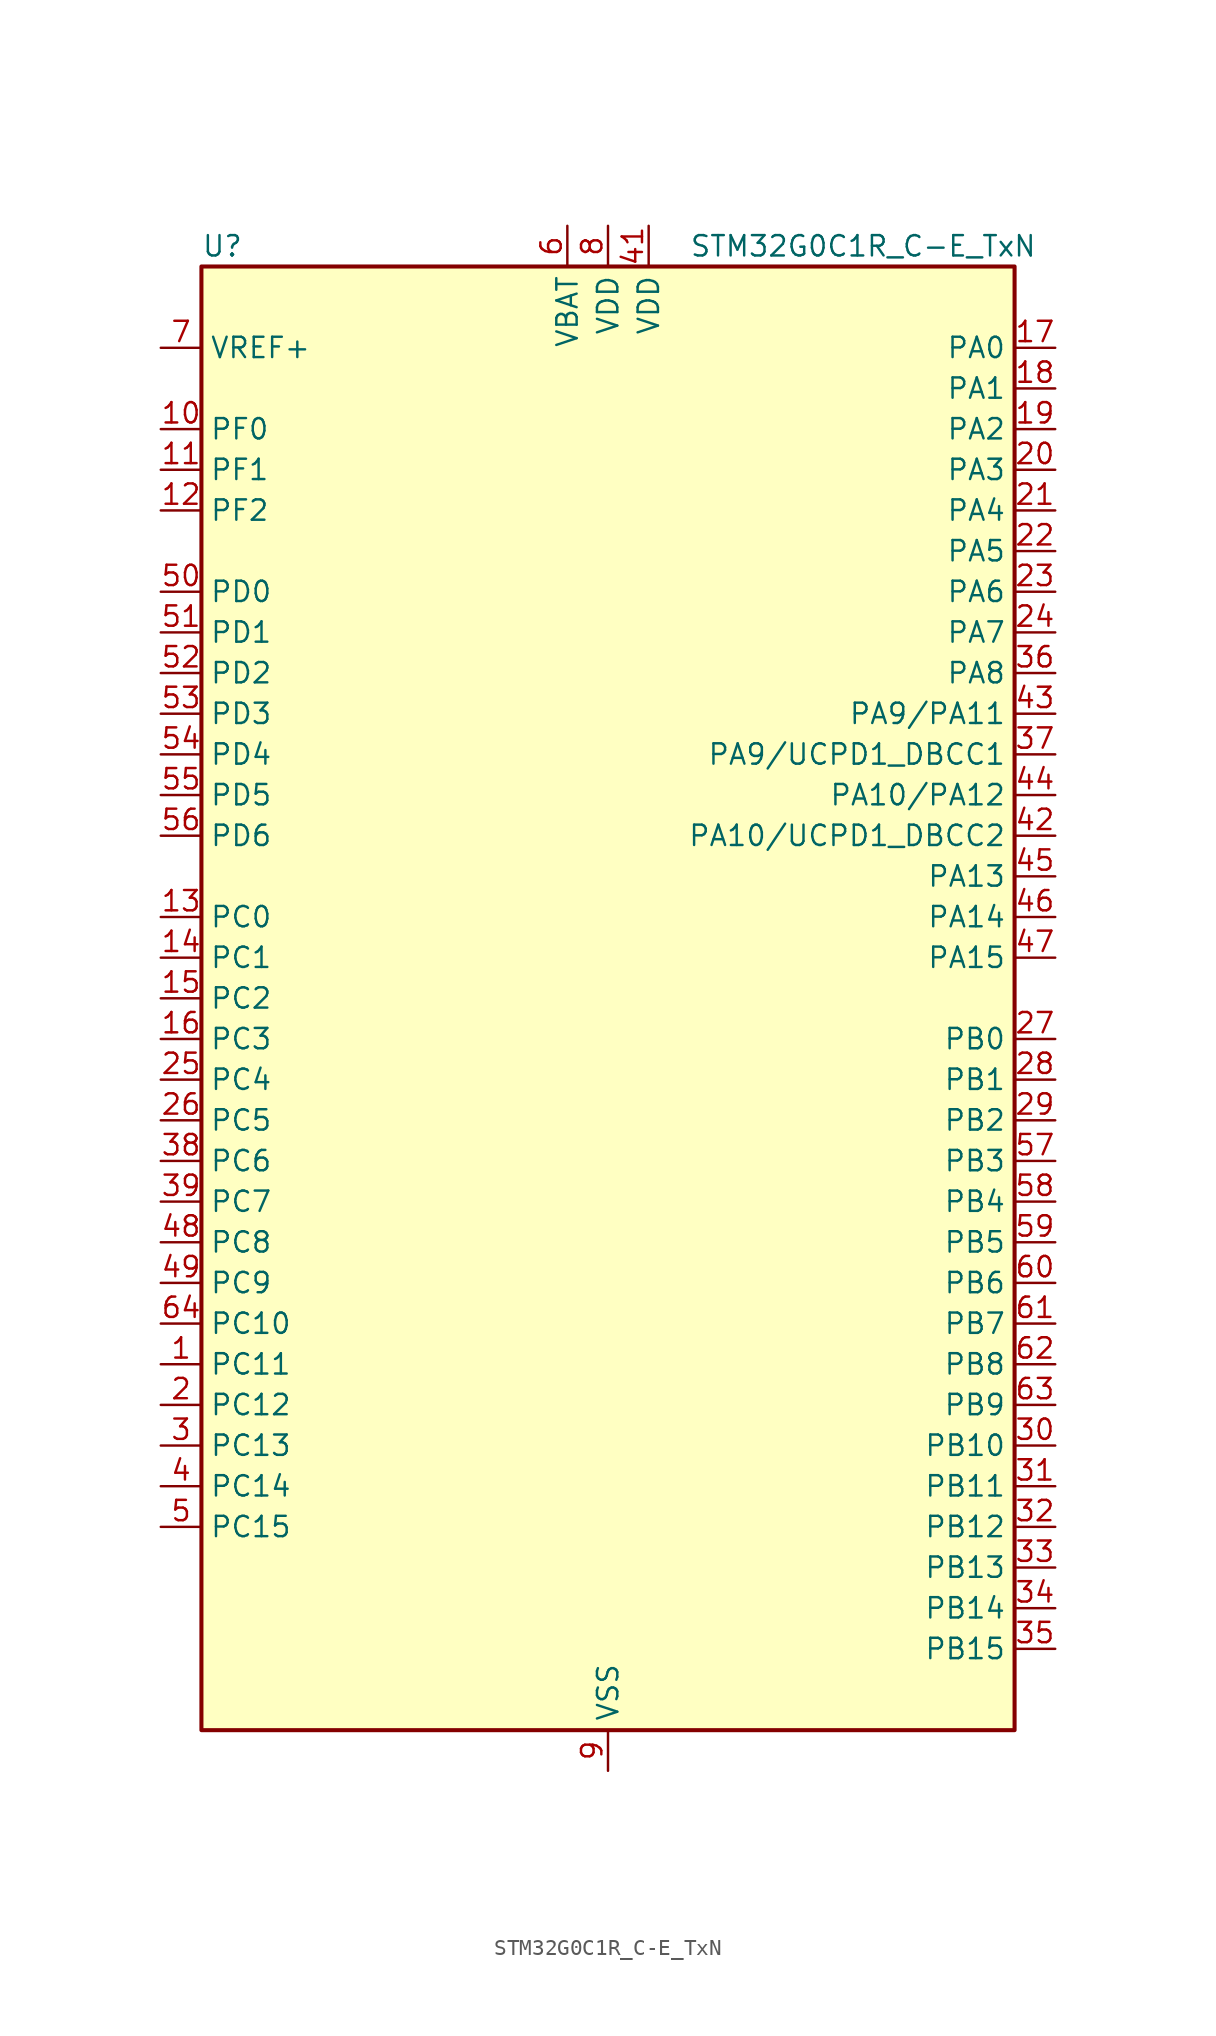
<source format=kicad_sym>
(kicad_symbol_lib
  (version 20231120)
  (generator "kicad-library-utils")
  (generator_version "8.0")
  (symbol "STM32G0C1R_C-E_TxN"
    (property "Reference" "U"
      (at -25.4 46.99 0)
      (effects (font (size 1.27 1.27)) (justify left)))
    (property "Value" "STM32G0C1R_C-E_TxN"
      (at 5.08 46.99 0)
      (effects (font (size 1.27 1.27)) (justify left)))
    (symbol "STM32G0C1R_C-E_TxN_0_1"
      (rectangle (start -25.4 -45.72) (end 25.4 45.72) (stroke (width 0.254) (type default)) (fill (type background))))
    (symbol "STM32G0C1R_C-E_TxN_1_1"
      (pin bidirectional line (at -27.94 -22.86 0) (length 2.54) (name "PC11" (effects (font (size 1.27 1.27)))) (number "1" (effects (font (size 1.27 1.27)))) (alternate "ADC1_EXTI11" bidirectional line) (alternate "SPI3_MISO" bidirectional line) (alternate "TIM1_CH4" bidirectional line) (alternate "USART3_RX" bidirectional line) (alternate "USART4_RX" bidirectional line))
      (pin bidirectional line (at -27.94 35.56 0) (length 2.54) (name "PF0" (effects (font (size 1.27 1.27)))) (number "10" (effects (font (size 1.27 1.27)))) (alternate "CRS1_SYNC" bidirectional line) (alternate "RCC_OSC_IN" bidirectional line) (alternate "TIM14_CH1" bidirectional line))
      (pin bidirectional line (at -27.94 33.02 0) (length 2.54) (name "PF1" (effects (font (size 1.27 1.27)))) (number "11" (effects (font (size 1.27 1.27)))) (alternate "RCC_OSC_EN" bidirectional line) (alternate "RCC_OSC_OUT" bidirectional line) (alternate "TIM15_CH1N" bidirectional line))
      (pin bidirectional line (at -27.94 30.48 0) (length 2.54) (name "PF2" (effects (font (size 1.27 1.27)))) (number "12" (effects (font (size 1.27 1.27)))) (alternate "LPUART2_DE" bidirectional line) (alternate "LPUART2_RTS" bidirectional line) (alternate "LPUART2_TX" bidirectional line) (alternate "RCC_MCO" bidirectional line))
      (pin bidirectional line (at -27.94 5.08 0) (length 2.54) (name "PC0" (effects (font (size 1.27 1.27)))) (number "13" (effects (font (size 1.27 1.27)))) (alternate "COMP3_INM" bidirectional line) (alternate "COMP3_OUT" bidirectional line) (alternate "I2C3_SCL" bidirectional line) (alternate "LPTIM1_IN1" bidirectional line) (alternate "LPTIM2_IN1" bidirectional line) (alternate "LPUART1_RX" bidirectional line) (alternate "LPUART2_TX" bidirectional line) (alternate "USART6_TX" bidirectional line))
      (pin bidirectional line (at -27.94 2.54 0) (length 2.54) (name "PC1" (effects (font (size 1.27 1.27)))) (number "14" (effects (font (size 1.27 1.27)))) (alternate "COMP3_INP" bidirectional line) (alternate "I2C3_SDA" bidirectional line) (alternate "LPTIM1_OUT" bidirectional line) (alternate "LPUART1_TX" bidirectional line) (alternate "LPUART2_RX" bidirectional line) (alternate "TIM15_CH1" bidirectional line) (alternate "USART6_RX" bidirectional line))
      (pin bidirectional line (at -27.94 0 0) (length 2.54) (name "PC2" (effects (font (size 1.27 1.27)))) (number "15" (effects (font (size 1.27 1.27)))) (alternate "COMP3_OUT" bidirectional line) (alternate "FDCAN2_RX" bidirectional line) (alternate "I2S2_MCK" bidirectional line) (alternate "LPTIM1_IN2" bidirectional line) (alternate "SPI2_MISO" bidirectional line) (alternate "TIM15_CH2" bidirectional line))
      (pin bidirectional line (at -27.94 -2.54 0) (length 2.54) (name "PC3" (effects (font (size 1.27 1.27)))) (number "16" (effects (font (size 1.27 1.27)))) (alternate "FDCAN2_TX" bidirectional line) (alternate "I2S2_SD" bidirectional line) (alternate "LPTIM1_ETR" bidirectional line) (alternate "LPTIM2_ETR" bidirectional line) (alternate "SPI2_MOSI" bidirectional line))
      (pin bidirectional line (at 27.94 40.64 180) (length 2.54) (name "PA0" (effects (font (size 1.27 1.27)))) (number "17" (effects (font (size 1.27 1.27)))) (alternate "ADC1_IN0" bidirectional line) (alternate "COMP1_INM" bidirectional line) (alternate "COMP1_OUT" bidirectional line) (alternate "I2S2_CK" bidirectional line) (alternate "LPTIM1_OUT" bidirectional line) (alternate "RTC_TAMP_IN2" bidirectional line) (alternate "SPI2_SCK" bidirectional line) (alternate "SYS_WKUP1" bidirectional line) (alternate "TIM2_CH1" bidirectional line) (alternate "TIM2_ETR" bidirectional line) (alternate "UCPD2_FRSTX1" bidirectional line) (alternate "UCPD2_FRSTX2" bidirectional line) (alternate "USART2_CTS" bidirectional line) (alternate "USART2_NSS" bidirectional line) (alternate "USART4_TX" bidirectional line))
      (pin bidirectional line (at 27.94 38.1 180) (length 2.54) (name "PA1" (effects (font (size 1.27 1.27)))) (number "18" (effects (font (size 1.27 1.27)))) (alternate "ADC1_IN1" bidirectional line) (alternate "COMP1_INP" bidirectional line) (alternate "I2C1_SMBA" bidirectional line) (alternate "I2S1_CK" bidirectional line) (alternate "SPI1_SCK" bidirectional line) (alternate "TIM15_CH1N" bidirectional line) (alternate "TIM2_CH2" bidirectional line) (alternate "USART2_CK" bidirectional line) (alternate "USART2_DE" bidirectional line) (alternate "USART2_RTS" bidirectional line) (alternate "USART4_RX" bidirectional line))
      (pin bidirectional line (at 27.94 35.56 180) (length 2.54) (name "PA2" (effects (font (size 1.27 1.27)))) (number "19" (effects (font (size 1.27 1.27)))) (alternate "ADC1_IN2" bidirectional line) (alternate "COMP2_INM" bidirectional line) (alternate "COMP2_OUT" bidirectional line) (alternate "I2S1_SD" bidirectional line) (alternate "LPUART1_TX" bidirectional line) (alternate "RCC_LSCO" bidirectional line) (alternate "SPI1_MOSI" bidirectional line) (alternate "SYS_WKUP4" bidirectional line) (alternate "TIM15_CH1" bidirectional line) (alternate "TIM2_CH3" bidirectional line) (alternate "UCPD1_FRSTX1" bidirectional line) (alternate "UCPD1_FRSTX2" bidirectional line) (alternate "USART2_TX" bidirectional line))
      (pin bidirectional line (at -27.94 -25.4 0) (length 2.54) (name "PC12" (effects (font (size 1.27 1.27)))) (number "2" (effects (font (size 1.27 1.27)))) (alternate "LPTIM1_IN1" bidirectional line) (alternate "SPI3_MOSI" bidirectional line) (alternate "TIM14_CH1" bidirectional line) (alternate "UCPD1_FRSTX1" bidirectional line) (alternate "UCPD1_FRSTX2" bidirectional line) (alternate "USART5_TX" bidirectional line))
      (pin bidirectional line (at 27.94 33.02 180) (length 2.54) (name "PA3" (effects (font (size 1.27 1.27)))) (number "20" (effects (font (size 1.27 1.27)))) (alternate "ADC1_IN3" bidirectional line) (alternate "COMP2_INP" bidirectional line) (alternate "I2S2_MCK" bidirectional line) (alternate "LPUART1_RX" bidirectional line) (alternate "SPI2_MISO" bidirectional line) (alternate "TIM15_CH2" bidirectional line) (alternate "TIM2_CH4" bidirectional line) (alternate "UCPD2_FRSTX1" bidirectional line) (alternate "UCPD2_FRSTX2" bidirectional line) (alternate "USART2_RX" bidirectional line))
      (pin bidirectional line (at 27.94 30.48 180) (length 2.54) (name "PA4" (effects (font (size 1.27 1.27)))) (number "21" (effects (font (size 1.27 1.27)))) (alternate "ADC1_IN4" bidirectional line) (alternate "DAC1_OUT1" bidirectional line) (alternate "I2S1_WS" bidirectional line) (alternate "I2S2_SD" bidirectional line) (alternate "LPTIM2_OUT" bidirectional line) (alternate "RTC_OUT2" bidirectional line) (alternate "SPI1_NSS" bidirectional line) (alternate "SPI2_MOSI" bidirectional line) (alternate "SPI3_NSS" bidirectional line) (alternate "TIM14_CH1" bidirectional line) (alternate "UCPD2_FRSTX1" bidirectional line) (alternate "UCPD2_FRSTX2" bidirectional line) (alternate "USART6_TX" bidirectional line) (alternate "USB_NOE" bidirectional line))
      (pin bidirectional line (at 27.94 27.94 180) (length 2.54) (name "PA5" (effects (font (size 1.27 1.27)))) (number "22" (effects (font (size 1.27 1.27)))) (alternate "ADC1_IN5" bidirectional line) (alternate "CEC" bidirectional line) (alternate "DAC1_OUT2" bidirectional line) (alternate "I2S1_CK" bidirectional line) (alternate "LPTIM2_ETR" bidirectional line) (alternate "SPI1_SCK" bidirectional line) (alternate "TIM2_CH1" bidirectional line) (alternate "TIM2_ETR" bidirectional line) (alternate "UCPD1_FRSTX1" bidirectional line) (alternate "UCPD1_FRSTX2" bidirectional line) (alternate "USART3_TX" bidirectional line) (alternate "USART6_RX" bidirectional line))
      (pin bidirectional line (at 27.94 25.4 180) (length 2.54) (name "PA6" (effects (font (size 1.27 1.27)))) (number "23" (effects (font (size 1.27 1.27)))) (alternate "ADC1_IN6" bidirectional line) (alternate "COMP1_OUT" bidirectional line) (alternate "I2C2_SDA" bidirectional line) (alternate "I2C3_SDA" bidirectional line) (alternate "I2S1_MCK" bidirectional line) (alternate "LPUART1_CTS" bidirectional line) (alternate "SPI1_MISO" bidirectional line) (alternate "TIM16_CH1" bidirectional line) (alternate "TIM1_BK" bidirectional line) (alternate "TIM3_CH1" bidirectional line) (alternate "USART3_CTS" bidirectional line) (alternate "USART3_NSS" bidirectional line) (alternate "USART6_CTS" bidirectional line) (alternate "USART6_NSS" bidirectional line))
      (pin bidirectional line (at 27.94 22.86 180) (length 2.54) (name "PA7" (effects (font (size 1.27 1.27)))) (number "24" (effects (font (size 1.27 1.27)))) (alternate "ADC1_IN7" bidirectional line) (alternate "COMP2_OUT" bidirectional line) (alternate "I2C2_SCL" bidirectional line) (alternate "I2C3_SCL" bidirectional line) (alternate "I2S1_SD" bidirectional line) (alternate "SPI1_MOSI" bidirectional line) (alternate "TIM14_CH1" bidirectional line) (alternate "TIM17_CH1" bidirectional line) (alternate "TIM1_CH1N" bidirectional line) (alternate "TIM3_CH2" bidirectional line) (alternate "UCPD1_FRSTX1" bidirectional line) (alternate "UCPD1_FRSTX2" bidirectional line) (alternate "USART6_CK" bidirectional line) (alternate "USART6_DE" bidirectional line) (alternate "USART6_RTS" bidirectional line))
      (pin bidirectional line (at -27.94 -5.08 0) (length 2.54) (name "PC4" (effects (font (size 1.27 1.27)))) (number "25" (effects (font (size 1.27 1.27)))) (alternate "ADC1_IN17" bidirectional line) (alternate "COMP1_INM" bidirectional line) (alternate "FDCAN1_RX" bidirectional line) (alternate "TIM2_CH1" bidirectional line) (alternate "TIM2_ETR" bidirectional line) (alternate "USART1_TX" bidirectional line) (alternate "USART3_TX" bidirectional line))
      (pin bidirectional line (at -27.94 -7.62 0) (length 2.54) (name "PC5" (effects (font (size 1.27 1.27)))) (number "26" (effects (font (size 1.27 1.27)))) (alternate "ADC1_IN18" bidirectional line) (alternate "COMP1_INP" bidirectional line) (alternate "FDCAN1_TX" bidirectional line) (alternate "SYS_WKUP5" bidirectional line) (alternate "TIM2_CH2" bidirectional line) (alternate "USART1_RX" bidirectional line) (alternate "USART3_RX" bidirectional line))
      (pin bidirectional line (at 27.94 -2.54 180) (length 2.54) (name "PB0" (effects (font (size 1.27 1.27)))) (number "27" (effects (font (size 1.27 1.27)))) (alternate "ADC1_IN8" bidirectional line) (alternate "COMP1_OUT" bidirectional line) (alternate "COMP3_INP" bidirectional line) (alternate "FDCAN2_RX" bidirectional line) (alternate "I2S1_WS" bidirectional line) (alternate "LPTIM1_OUT" bidirectional line) (alternate "LPUART2_CTS" bidirectional line) (alternate "SPI1_NSS" bidirectional line) (alternate "TIM1_CH2N" bidirectional line) (alternate "TIM3_CH3" bidirectional line) (alternate "UCPD1_FRSTX1" bidirectional line) (alternate "UCPD1_FRSTX2" bidirectional line) (alternate "USART3_RX" bidirectional line) (alternate "USART5_TX" bidirectional line))
      (pin bidirectional line (at 27.94 -5.08 180) (length 2.54) (name "PB1" (effects (font (size 1.27 1.27)))) (number "28" (effects (font (size 1.27 1.27)))) (alternate "ADC1_IN9" bidirectional line) (alternate "COMP1_INM" bidirectional line) (alternate "COMP3_OUT" bidirectional line) (alternate "FDCAN2_TX" bidirectional line) (alternate "LPTIM2_IN1" bidirectional line) (alternate "LPUART1_DE" bidirectional line) (alternate "LPUART1_RTS" bidirectional line) (alternate "LPUART2_DE" bidirectional line) (alternate "LPUART2_RTS" bidirectional line) (alternate "TIM14_CH1" bidirectional line) (alternate "TIM1_CH3N" bidirectional line) (alternate "TIM3_CH4" bidirectional line) (alternate "USART3_CK" bidirectional line) (alternate "USART3_DE" bidirectional line) (alternate "USART3_RTS" bidirectional line) (alternate "USART5_RX" bidirectional line))
      (pin bidirectional line (at 27.94 -7.62 180) (length 2.54) (name "PB2" (effects (font (size 1.27 1.27)))) (number "29" (effects (font (size 1.27 1.27)))) (alternate "ADC1_IN10" bidirectional line) (alternate "COMP1_INP" bidirectional line) (alternate "COMP3_INM" bidirectional line) (alternate "I2S2_MCK" bidirectional line) (alternate "LPTIM1_OUT" bidirectional line) (alternate "RCC_MCO_2" bidirectional line) (alternate "SPI2_MISO" bidirectional line) (alternate "USART3_TX" bidirectional line))
      (pin bidirectional line (at -27.94 -27.94 0) (length 2.54) (name "PC13" (effects (font (size 1.27 1.27)))) (number "3" (effects (font (size 1.27 1.27)))) (alternate "RTC_OUT1" bidirectional line) (alternate "RTC_TAMP_IN1" bidirectional line) (alternate "RTC_TS" bidirectional line) (alternate "SYS_WKUP2" bidirectional line) (alternate "TIM1_BK" bidirectional line))
      (pin bidirectional line (at 27.94 -27.94 180) (length 2.54) (name "PB10" (effects (font (size 1.27 1.27)))) (number "30" (effects (font (size 1.27 1.27)))) (alternate "ADC1_IN11" bidirectional line) (alternate "CEC" bidirectional line) (alternate "COMP1_OUT" bidirectional line) (alternate "I2C2_SCL" bidirectional line) (alternate "I2S2_CK" bidirectional line) (alternate "LPUART1_RX" bidirectional line) (alternate "SPI2_SCK" bidirectional line) (alternate "TIM2_CH3" bidirectional line) (alternate "USART3_TX" bidirectional line))
      (pin bidirectional line (at 27.94 -30.48 180) (length 2.54) (name "PB11" (effects (font (size 1.27 1.27)))) (number "31" (effects (font (size 1.27 1.27)))) (alternate "ADC1_EXTI11" bidirectional line) (alternate "ADC1_IN15" bidirectional line) (alternate "COMP2_OUT" bidirectional line) (alternate "I2C2_SDA" bidirectional line) (alternate "I2S2_SD" bidirectional line) (alternate "LPUART1_TX" bidirectional line) (alternate "SPI2_MOSI" bidirectional line) (alternate "TIM2_CH4" bidirectional line) (alternate "USART3_RX" bidirectional line))
      (pin bidirectional line (at 27.94 -33.02 180) (length 2.54) (name "PB12" (effects (font (size 1.27 1.27)))) (number "32" (effects (font (size 1.27 1.27)))) (alternate "ADC1_IN16" bidirectional line) (alternate "FDCAN2_RX" bidirectional line) (alternate "I2C2_SMBA" bidirectional line) (alternate "I2S2_WS" bidirectional line) (alternate "LPUART1_DE" bidirectional line) (alternate "LPUART1_RTS" bidirectional line) (alternate "SPI2_NSS" bidirectional line) (alternate "TIM15_BK" bidirectional line) (alternate "TIM1_BK" bidirectional line) (alternate "UCPD2_FRSTX1" bidirectional line) (alternate "UCPD2_FRSTX2" bidirectional line))
      (pin bidirectional line (at 27.94 -35.56 180) (length 2.54) (name "PB13" (effects (font (size 1.27 1.27)))) (number "33" (effects (font (size 1.27 1.27)))) (alternate "FDCAN2_TX" bidirectional line) (alternate "I2C2_SCL" bidirectional line) (alternate "I2S2_CK" bidirectional line) (alternate "LPUART1_CTS" bidirectional line) (alternate "SPI2_SCK" bidirectional line) (alternate "TIM15_CH1N" bidirectional line) (alternate "TIM1_CH1N" bidirectional line) (alternate "USART3_CTS" bidirectional line) (alternate "USART3_NSS" bidirectional line))
      (pin bidirectional line (at 27.94 -38.1 180) (length 2.54) (name "PB14" (effects (font (size 1.27 1.27)))) (number "34" (effects (font (size 1.27 1.27)))) (alternate "I2C2_SDA" bidirectional line) (alternate "I2S2_MCK" bidirectional line) (alternate "SPI2_MISO" bidirectional line) (alternate "TIM15_CH1" bidirectional line) (alternate "TIM1_CH2N" bidirectional line) (alternate "UCPD1_FRSTX1" bidirectional line) (alternate "UCPD1_FRSTX2" bidirectional line) (alternate "USART3_CK" bidirectional line) (alternate "USART3_DE" bidirectional line) (alternate "USART3_RTS" bidirectional line) (alternate "USART6_CK" bidirectional line) (alternate "USART6_DE" bidirectional line) (alternate "USART6_RTS" bidirectional line))
      (pin bidirectional line (at 27.94 -40.64 180) (length 2.54) (name "PB15" (effects (font (size 1.27 1.27)))) (number "35" (effects (font (size 1.27 1.27)))) (alternate "I2S2_SD" bidirectional line) (alternate "RTC_REFIN" bidirectional line) (alternate "SPI2_MOSI" bidirectional line) (alternate "TIM15_CH1N" bidirectional line) (alternate "TIM15_CH2" bidirectional line) (alternate "TIM1_CH3N" bidirectional line) (alternate "UCPD1_CC2" bidirectional line) (alternate "USART6_CTS" bidirectional line) (alternate "USART6_NSS" bidirectional line))
      (pin bidirectional line (at 27.94 20.32 180) (length 2.54) (name "PA8" (effects (font (size 1.27 1.27)))) (number "36" (effects (font (size 1.27 1.27)))) (alternate "CRS1_SYNC" bidirectional line) (alternate "I2C2_SMBA" bidirectional line) (alternate "I2S2_WS" bidirectional line) (alternate "LPTIM2_OUT" bidirectional line) (alternate "RCC_MCO" bidirectional line) (alternate "SPI2_NSS" bidirectional line) (alternate "TIM1_CH1" bidirectional line) (alternate "UCPD1_CC1" bidirectional line))
      (pin bidirectional line (at 27.94 15.24 180) (length 2.54) (name "PA9/UCPD1_DBCC1" (effects (font (size 1.27 1.27)))) (number "37" (effects (font (size 1.27 1.27)))) (alternate "PA9" bidirectional line) (alternate "DAC1_EXTI9 (PA9)" bidirectional line) (alternate "I2C1_SCL (PA9)" bidirectional line) (alternate "I2C2_SCL (PA9)" bidirectional line) (alternate "I2S2_MCK (PA9)" bidirectional line) (alternate "RCC_MCO (PA9)" bidirectional line) (alternate "SPI2_MISO (PA9)" bidirectional line) (alternate "TIM15_BK (PA9)" bidirectional line) (alternate "TIM1_CH2 (PA9)" bidirectional line) (alternate "UCPD1_DBCC1 (PA9)" bidirectional line) (alternate "USART1_TX (PA9)" bidirectional line) (alternate "UCPD1_DBCC1" bidirectional line) (alternate "UCPD1_DBCC1 (UCPD1_DBCC1)" bidirectional line))
      (pin bidirectional line (at -27.94 -10.16 0) (length 2.54) (name "PC6" (effects (font (size 1.27 1.27)))) (number "38" (effects (font (size 1.27 1.27)))) (alternate "LPUART2_TX" bidirectional line) (alternate "TIM2_CH3" bidirectional line) (alternate "TIM3_CH1" bidirectional line) (alternate "UCPD1_FRSTX1" bidirectional line) (alternate "UCPD1_FRSTX2" bidirectional line))
      (pin bidirectional line (at -27.94 -12.7 0) (length 2.54) (name "PC7" (effects (font (size 1.27 1.27)))) (number "39" (effects (font (size 1.27 1.27)))) (alternate "LPUART2_RX" bidirectional line) (alternate "TIM2_CH4" bidirectional line) (alternate "TIM3_CH2" bidirectional line) (alternate "UCPD2_FRSTX1" bidirectional line) (alternate "UCPD2_FRSTX2" bidirectional line))
      (pin bidirectional line (at -27.94 -30.48 0) (length 2.54) (name "PC14" (effects (font (size 1.27 1.27)))) (number "4" (effects (font (size 1.27 1.27)))) (alternate "RCC_OSC32_IN" bidirectional line) (alternate "TIM1_BK2" bidirectional line))
      (pin passive line (at 0 -48.26 90) (length 2.54) hide (name "VSS" (effects (font (size 1.27 1.27)))) (number "40" (effects (font (size 1.27 1.27)))))
      (pin power_in line (at 2.54 48.26 270) (length 2.54) (name "VDD" (effects (font (size 1.27 1.27)))) (number "41" (effects (font (size 1.27 1.27)))))
      (pin bidirectional line (at 27.94 10.16 180) (length 2.54) (name "PA10/UCPD1_DBCC2" (effects (font (size 1.27 1.27)))) (number "42" (effects (font (size 1.27 1.27)))) (alternate "PA10" bidirectional line) (alternate "I2C1_SDA (PA10)" bidirectional line) (alternate "I2C2_SDA (PA10)" bidirectional line) (alternate "I2S2_SD (PA10)" bidirectional line) (alternate "RCC_MCO_2 (PA10)" bidirectional line) (alternate "SPI2_MOSI (PA10)" bidirectional line) (alternate "TIM17_BK (PA10)" bidirectional line) (alternate "TIM1_CH3 (PA10)" bidirectional line) (alternate "UCPD1_DBCC2 (PA10)" bidirectional line) (alternate "USART1_RX (PA10)" bidirectional line) (alternate "UCPD1_DBCC2" bidirectional line) (alternate "UCPD1_DBCC2 (UCPD1_DBCC2)" bidirectional line))
      (pin bidirectional line (at 27.94 17.78 180) (length 2.54) (name "PA9/PA11" (effects (font (size 1.27 1.27)))) (number "43" (effects (font (size 1.27 1.27)))) (alternate "PA9" bidirectional line) (alternate "DAC1_EXTI9 (PA9)" bidirectional line) (alternate "I2C1_SCL (PA9)" bidirectional line) (alternate "I2C2_SCL (PA9)" bidirectional line) (alternate "I2S2_MCK (PA9)" bidirectional line) (alternate "RCC_MCO (PA9)" bidirectional line) (alternate "SPI2_MISO (PA9)" bidirectional line) (alternate "TIM15_BK (PA9)" bidirectional line) (alternate "TIM1_CH2 (PA9)" bidirectional line) (alternate "UCPD1_DBCC1 (PA9)" bidirectional line) (alternate "USART1_TX (PA9)" bidirectional line) (alternate "PA11" bidirectional line) (alternate "ADC1_EXTI11 (PA11)" bidirectional line) (alternate "COMP1_OUT (PA11)" bidirectional line) (alternate "FDCAN1_RX (PA11)" bidirectional line) (alternate "I2C2_SCL (PA11)" bidirectional line) (alternate "I2S1_MCK (PA11)" bidirectional line) (alternate "SPI1_MISO (PA11)" bidirectional line) (alternate "TIM1_BK2 (PA11)" bidirectional line) (alternate "TIM1_CH4 (PA11)" bidirectional line) (alternate "USART1_CTS (PA11)" bidirectional line) (alternate "USART1_NSS (PA11)" bidirectional line) (alternate "USB_DM (PA11)" bidirectional line))
      (pin bidirectional line (at 27.94 12.7 180) (length 2.54) (name "PA10/PA12" (effects (font (size 1.27 1.27)))) (number "44" (effects (font (size 1.27 1.27)))) (alternate "PA10" bidirectional line) (alternate "I2C1_SDA (PA10)" bidirectional line) (alternate "I2C2_SDA (PA10)" bidirectional line) (alternate "I2S2_SD (PA10)" bidirectional line) (alternate "RCC_MCO_2 (PA10)" bidirectional line) (alternate "SPI2_MOSI (PA10)" bidirectional line) (alternate "TIM17_BK (PA10)" bidirectional line) (alternate "TIM1_CH3 (PA10)" bidirectional line) (alternate "UCPD1_DBCC2 (PA10)" bidirectional line) (alternate "USART1_RX (PA10)" bidirectional line) (alternate "PA12" bidirectional line) (alternate "COMP2_OUT (PA12)" bidirectional line) (alternate "FDCAN1_TX (PA12)" bidirectional line) (alternate "I2C2_SDA (PA12)" bidirectional line) (alternate "I2S1_SD (PA12)" bidirectional line) (alternate "I2S_CKIN (PA12)" bidirectional line) (alternate "SPI1_MOSI (PA12)" bidirectional line) (alternate "TIM1_ETR (PA12)" bidirectional line) (alternate "USART1_CK (PA12)" bidirectional line) (alternate "USART1_DE (PA12)" bidirectional line) (alternate "USART1_RTS (PA12)" bidirectional line) (alternate "USB_DP (PA12)" bidirectional line))
      (pin bidirectional line (at 27.94 7.62 180) (length 2.54) (name "PA13" (effects (font (size 1.27 1.27)))) (number "45" (effects (font (size 1.27 1.27)))) (alternate "IR_OUT" bidirectional line) (alternate "LPUART2_RX" bidirectional line) (alternate "SYS_SWDIO" bidirectional line) (alternate "USB_NOE" bidirectional line))
      (pin bidirectional line (at 27.94 5.08 180) (length 2.54) (name "PA14" (effects (font (size 1.27 1.27)))) (number "46" (effects (font (size 1.27 1.27)))) (alternate "LPUART2_TX" bidirectional line) (alternate "SYS_SWCLK" bidirectional line) (alternate "USART2_TX" bidirectional line))
      (pin bidirectional line (at 27.94 2.54 180) (length 2.54) (name "PA15" (effects (font (size 1.27 1.27)))) (number "47" (effects (font (size 1.27 1.27)))) (alternate "I2C2_SMBA" bidirectional line) (alternate "I2S1_WS" bidirectional line) (alternate "RCC_MCO_2" bidirectional line) (alternate "SPI1_NSS" bidirectional line) (alternate "SPI3_NSS" bidirectional line) (alternate "TIM2_CH1" bidirectional line) (alternate "TIM2_ETR" bidirectional line) (alternate "USART2_RX" bidirectional line) (alternate "USART3_CK" bidirectional line) (alternate "USART3_DE" bidirectional line) (alternate "USART3_RTS" bidirectional line) (alternate "USART4_CK" bidirectional line) (alternate "USART4_DE" bidirectional line) (alternate "USART4_RTS" bidirectional line) (alternate "USB_NOE" bidirectional line))
      (pin bidirectional line (at -27.94 -15.24 0) (length 2.54) (name "PC8" (effects (font (size 1.27 1.27)))) (number "48" (effects (font (size 1.27 1.27)))) (alternate "LPUART2_CTS" bidirectional line) (alternate "TIM1_CH1" bidirectional line) (alternate "TIM3_CH3" bidirectional line) (alternate "UCPD2_FRSTX1" bidirectional line) (alternate "UCPD2_FRSTX2" bidirectional line))
      (pin bidirectional line (at -27.94 -17.78 0) (length 2.54) (name "PC9" (effects (font (size 1.27 1.27)))) (number "49" (effects (font (size 1.27 1.27)))) (alternate "DAC1_EXTI9" bidirectional line) (alternate "I2S_CKIN" bidirectional line) (alternate "LPUART2_DE" bidirectional line) (alternate "LPUART2_RTS" bidirectional line) (alternate "TIM1_CH2" bidirectional line) (alternate "TIM3_CH4" bidirectional line) (alternate "USB_NOE" bidirectional line))
      (pin bidirectional line (at -27.94 -33.02 0) (length 2.54) (name "PC15" (effects (font (size 1.27 1.27)))) (number "5" (effects (font (size 1.27 1.27)))) (alternate "RCC_OSC32_EN" bidirectional line) (alternate "RCC_OSC32_OUT" bidirectional line) (alternate "RCC_OSC_EN" bidirectional line) (alternate "TIM15_BK" bidirectional line))
      (pin bidirectional line (at -27.94 25.4 0) (length 2.54) (name "PD0" (effects (font (size 1.27 1.27)))) (number "50" (effects (font (size 1.27 1.27)))) (alternate "FDCAN1_RX" bidirectional line) (alternate "I2S2_WS" bidirectional line) (alternate "SPI2_NSS" bidirectional line) (alternate "TIM16_CH1" bidirectional line) (alternate "UCPD2_CC1" bidirectional line))
      (pin bidirectional line (at -27.94 22.86 0) (length 2.54) (name "PD1" (effects (font (size 1.27 1.27)))) (number "51" (effects (font (size 1.27 1.27)))) (alternate "FDCAN1_TX" bidirectional line) (alternate "I2S2_CK" bidirectional line) (alternate "SPI2_SCK" bidirectional line) (alternate "TIM17_CH1" bidirectional line) (alternate "UCPD2_DBCC1" bidirectional line))
      (pin bidirectional line (at -27.94 20.32 0) (length 2.54) (name "PD2" (effects (font (size 1.27 1.27)))) (number "52" (effects (font (size 1.27 1.27)))) (alternate "TIM1_CH1N" bidirectional line) (alternate "TIM3_ETR" bidirectional line) (alternate "UCPD2_CC2" bidirectional line) (alternate "USART3_CK" bidirectional line) (alternate "USART3_DE" bidirectional line) (alternate "USART3_RTS" bidirectional line) (alternate "USART5_RX" bidirectional line))
      (pin bidirectional line (at -27.94 17.78 0) (length 2.54) (name "PD3" (effects (font (size 1.27 1.27)))) (number "53" (effects (font (size 1.27 1.27)))) (alternate "I2S2_MCK" bidirectional line) (alternate "SPI2_MISO" bidirectional line) (alternate "TIM1_CH2N" bidirectional line) (alternate "UCPD2_DBCC2" bidirectional line) (alternate "USART2_CTS" bidirectional line) (alternate "USART2_NSS" bidirectional line) (alternate "USART5_TX" bidirectional line))
      (pin bidirectional line (at -27.94 15.24 0) (length 2.54) (name "PD4" (effects (font (size 1.27 1.27)))) (number "54" (effects (font (size 1.27 1.27)))) (alternate "I2S2_SD" bidirectional line) (alternate "SPI2_MOSI" bidirectional line) (alternate "TIM1_CH3N" bidirectional line) (alternate "USART2_CK" bidirectional line) (alternate "USART2_DE" bidirectional line) (alternate "USART2_RTS" bidirectional line) (alternate "USART5_CK" bidirectional line) (alternate "USART5_DE" bidirectional line) (alternate "USART5_RTS" bidirectional line))
      (pin bidirectional line (at -27.94 12.7 0) (length 2.54) (name "PD5" (effects (font (size 1.27 1.27)))) (number "55" (effects (font (size 1.27 1.27)))) (alternate "I2S1_MCK" bidirectional line) (alternate "SPI1_MISO" bidirectional line) (alternate "TIM1_BK" bidirectional line) (alternate "USART2_TX" bidirectional line) (alternate "USART5_CTS" bidirectional line) (alternate "USART5_NSS" bidirectional line))
      (pin bidirectional line (at -27.94 10.16 0) (length 2.54) (name "PD6" (effects (font (size 1.27 1.27)))) (number "56" (effects (font (size 1.27 1.27)))) (alternate "I2S1_SD" bidirectional line) (alternate "LPTIM2_OUT" bidirectional line) (alternate "SPI1_MOSI" bidirectional line) (alternate "USART2_RX" bidirectional line))
      (pin bidirectional line (at 27.94 -10.16 180) (length 2.54) (name "PB3" (effects (font (size 1.27 1.27)))) (number "57" (effects (font (size 1.27 1.27)))) (alternate "COMP2_INM" bidirectional line) (alternate "I2C2_SCL" bidirectional line) (alternate "I2C3_SCL" bidirectional line) (alternate "I2S1_CK" bidirectional line) (alternate "SPI1_SCK" bidirectional line) (alternate "SPI3_SCK" bidirectional line) (alternate "TIM1_CH2" bidirectional line) (alternate "TIM2_CH2" bidirectional line) (alternate "USART1_CK" bidirectional line) (alternate "USART1_DE" bidirectional line) (alternate "USART1_RTS" bidirectional line) (alternate "USART5_TX" bidirectional line))
      (pin bidirectional line (at 27.94 -12.7 180) (length 2.54) (name "PB4" (effects (font (size 1.27 1.27)))) (number "58" (effects (font (size 1.27 1.27)))) (alternate "COMP2_INP" bidirectional line) (alternate "I2C2_SDA" bidirectional line) (alternate "I2C3_SDA" bidirectional line) (alternate "I2S1_MCK" bidirectional line) (alternate "SPI1_MISO" bidirectional line) (alternate "SPI3_MISO" bidirectional line) (alternate "TIM17_BK" bidirectional line) (alternate "TIM3_CH1" bidirectional line) (alternate "USART1_CTS" bidirectional line) (alternate "USART1_NSS" bidirectional line) (alternate "USART5_RX" bidirectional line))
      (pin bidirectional line (at 27.94 -15.24 180) (length 2.54) (name "PB5" (effects (font (size 1.27 1.27)))) (number "59" (effects (font (size 1.27 1.27)))) (alternate "COMP2_OUT" bidirectional line) (alternate "FDCAN2_RX" bidirectional line) (alternate "I2C1_SMBA" bidirectional line) (alternate "I2S1_SD" bidirectional line) (alternate "LPTIM1_IN1" bidirectional line) (alternate "SPI1_MOSI" bidirectional line) (alternate "SPI3_MOSI" bidirectional line) (alternate "SYS_WKUP6" bidirectional line) (alternate "TIM16_BK" bidirectional line) (alternate "TIM3_CH2" bidirectional line) (alternate "USART5_CK" bidirectional line) (alternate "USART5_DE" bidirectional line) (alternate "USART5_RTS" bidirectional line))
      (pin power_in line (at -2.54 48.26 270) (length 2.54) (name "VBAT" (effects (font (size 1.27 1.27)))) (number "6" (effects (font (size 1.27 1.27)))))
      (pin bidirectional line (at 27.94 -17.78 180) (length 2.54) (name "PB6" (effects (font (size 1.27 1.27)))) (number "60" (effects (font (size 1.27 1.27)))) (alternate "COMP2_INP" bidirectional line) (alternate "FDCAN2_TX" bidirectional line) (alternate "I2C1_SCL" bidirectional line) (alternate "I2S2_MCK" bidirectional line) (alternate "LPTIM1_ETR" bidirectional line) (alternate "LPUART2_TX" bidirectional line) (alternate "SPI2_MISO" bidirectional line) (alternate "TIM16_CH1N" bidirectional line) (alternate "TIM1_CH3" bidirectional line) (alternate "TIM4_CH1" bidirectional line) (alternate "USART1_TX" bidirectional line) (alternate "USART5_CTS" bidirectional line) (alternate "USART5_NSS" bidirectional line))
      (pin bidirectional line (at 27.94 -20.32 180) (length 2.54) (name "PB7" (effects (font (size 1.27 1.27)))) (number "61" (effects (font (size 1.27 1.27)))) (alternate "COMP2_INM" bidirectional line) (alternate "I2C1_SDA" bidirectional line) (alternate "I2S2_SD" bidirectional line) (alternate "LPTIM1_IN2" bidirectional line) (alternate "LPUART2_RX" bidirectional line) (alternate "SPI2_MOSI" bidirectional line) (alternate "SYS_PVD_IN" bidirectional line) (alternate "TIM17_CH1N" bidirectional line) (alternate "TIM4_CH2" bidirectional line) (alternate "USART1_RX" bidirectional line) (alternate "USART4_CTS" bidirectional line) (alternate "USART4_NSS" bidirectional line))
      (pin bidirectional line (at 27.94 -22.86 180) (length 2.54) (name "PB8" (effects (font (size 1.27 1.27)))) (number "62" (effects (font (size 1.27 1.27)))) (alternate "CEC" bidirectional line) (alternate "FDCAN1_RX" bidirectional line) (alternate "I2C1_SCL" bidirectional line) (alternate "I2S2_CK" bidirectional line) (alternate "SPI2_SCK" bidirectional line) (alternate "TIM15_BK" bidirectional line) (alternate "TIM16_CH1" bidirectional line) (alternate "TIM4_CH3" bidirectional line) (alternate "USART3_TX" bidirectional line) (alternate "USART6_TX" bidirectional line))
      (pin bidirectional line (at 27.94 -25.4 180) (length 2.54) (name "PB9" (effects (font (size 1.27 1.27)))) (number "63" (effects (font (size 1.27 1.27)))) (alternate "DAC1_EXTI9" bidirectional line) (alternate "FDCAN1_TX" bidirectional line) (alternate "I2C1_SDA" bidirectional line) (alternate "I2S2_WS" bidirectional line) (alternate "IR_OUT" bidirectional line) (alternate "SPI2_NSS" bidirectional line) (alternate "TIM17_CH1" bidirectional line) (alternate "TIM4_CH4" bidirectional line) (alternate "UCPD2_FRSTX1" bidirectional line) (alternate "UCPD2_FRSTX2" bidirectional line) (alternate "USART3_RX" bidirectional line) (alternate "USART6_RX" bidirectional line))
      (pin bidirectional line (at -27.94 -20.32 0) (length 2.54) (name "PC10" (effects (font (size 1.27 1.27)))) (number "64" (effects (font (size 1.27 1.27)))) (alternate "SPI3_SCK" bidirectional line) (alternate "TIM1_CH3" bidirectional line) (alternate "USART3_TX" bidirectional line) (alternate "USART4_TX" bidirectional line))
      (pin input line (at -27.94 40.64 0) (length 2.54) (name "VREF+" (effects (font (size 1.27 1.27)))) (number "7" (effects (font (size 1.27 1.27)))) (alternate "VREFBUF_OUT" bidirectional line))
      (pin power_in line (at 0 48.26 270) (length 2.54) (name "VDD" (effects (font (size 1.27 1.27)))) (number "8" (effects (font (size 1.27 1.27)))))
      (pin power_in line (at 0 -48.26 90) (length 2.54) (name "VSS" (effects (font (size 1.27 1.27)))) (number "9" (effects (font (size 1.27 1.27))))))))
</source>
